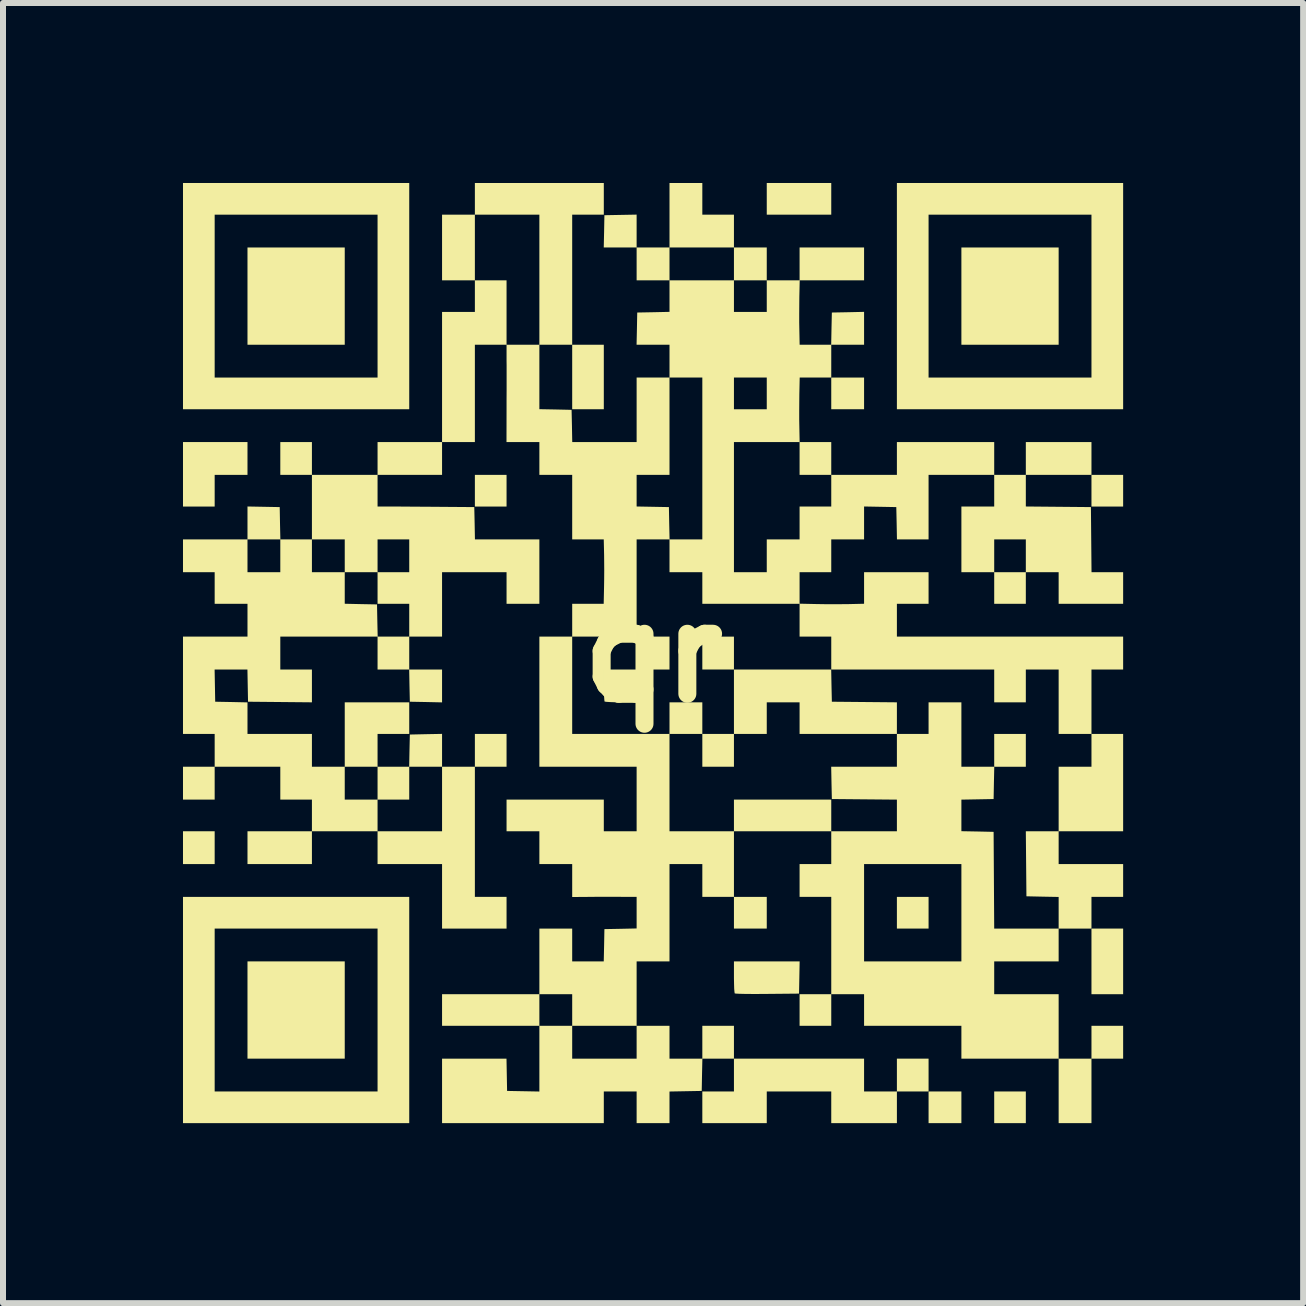
<source format=kicad_pcb>
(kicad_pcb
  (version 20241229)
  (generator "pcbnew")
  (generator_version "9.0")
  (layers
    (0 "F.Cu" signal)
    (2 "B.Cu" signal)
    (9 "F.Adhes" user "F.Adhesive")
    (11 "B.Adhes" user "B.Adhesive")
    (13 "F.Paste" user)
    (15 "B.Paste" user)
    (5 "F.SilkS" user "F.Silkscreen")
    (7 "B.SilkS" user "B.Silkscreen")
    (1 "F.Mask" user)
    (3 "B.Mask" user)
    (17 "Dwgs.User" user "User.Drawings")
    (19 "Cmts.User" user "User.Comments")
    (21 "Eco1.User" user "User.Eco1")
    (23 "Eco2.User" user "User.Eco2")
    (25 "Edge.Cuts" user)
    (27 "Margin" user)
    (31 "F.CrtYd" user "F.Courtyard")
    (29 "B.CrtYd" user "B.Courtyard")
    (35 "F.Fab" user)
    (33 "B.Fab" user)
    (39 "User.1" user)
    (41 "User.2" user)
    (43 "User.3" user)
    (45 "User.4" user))
  (footprint "qr"
    (layer "F.Cu")
    (at 7.835 7.835)
    (property "Reference" "qr" (at 0 0 0) (layer "F.SilkS") (effects (font (size 1.5 1.5) (thickness 0.3))))
    (attr board_only exclude_from_pos_files exclude_from_bom)
    (fp_poly (pts (xy -7.307 3.243) (xy -7.307 3.517) (xy -7.571 3.517) (xy -7.835 3.517) (xy -7.835 3.243) (xy -7.835 2.97) (xy -7.571 2.97) (xy -7.307 2.97)) (stroke (width 0) (type solid)) (fill yes) (layer "F.SilkS"))
    (fp_poly (pts (xy -5.139 -5.949) (xy -5.139 -5.139) (xy -5.949 -5.139) (xy -6.76 -5.139) (xy -6.76 -5.949) (xy -6.76 -6.76) (xy -5.949 -6.76) (xy -5.139 -6.76)) (stroke (width 0) (type solid)) (fill yes) (layer "F.SilkS"))
    (fp_poly (pts (xy -5.139 5.949) (xy -5.139 6.76) (xy -5.949 6.76) (xy -6.76 6.76) (xy -6.76 5.949) (xy -6.76 5.139) (xy -5.949 5.139) (xy -5.139 5.139)) (stroke (width 0) (type solid)) (fill yes) (layer "F.SilkS"))
    (fp_poly (pts (xy -2.442 -2.706) (xy -2.442 -2.442) (xy -2.706 -2.442) (xy -2.97 -2.442) (xy -2.97 -2.706) (xy -2.97 -2.97) (xy -2.706 -2.97) (xy -2.442 -2.97)) (stroke (width 0) (type solid)) (fill yes) (layer "F.SilkS"))
    (fp_poly (pts (xy -0.821 -4.601) (xy -0.821 -4.064) (xy -1.084 -4.064) (xy -1.348 -4.064) (xy -1.348 -4.601) (xy -1.348 -5.139) (xy -1.084 -5.139) (xy -0.821 -5.139)) (stroke (width 0) (type solid)) (fill yes) (layer "F.SilkS"))
    (fp_poly (pts (xy 1.348 0) (xy 1.348 0.274) (xy 1.084 0.274) (xy 0.821 0.274) (xy 0.821 0) (xy 0.821 -0.274) (xy 1.084 -0.274) (xy 1.348 -0.274)) (stroke (width 0) (type solid)) (fill yes) (layer "F.SilkS"))
    (fp_poly (pts (xy 1.895 4.328) (xy 1.895 4.592) (xy 1.622 4.592) (xy 1.348 4.592) (xy 1.348 4.328) (xy 1.348 4.064) (xy 1.622 4.064) (xy 1.895 4.064)) (stroke (width 0) (type solid)) (fill yes) (layer "F.SilkS"))
    (fp_poly (pts (xy 2.97 -7.571) (xy 2.97 -7.307) (xy 2.433 -7.307) (xy 1.895 -7.307) (xy 1.895 -7.571) (xy 1.895 -7.835) (xy 2.433 -7.835) (xy 2.97 -7.835)) (stroke (width 0) (type solid)) (fill yes) (layer "F.SilkS"))
    (fp_poly (pts (xy 3.517 -4.328) (xy 3.517 -4.064) (xy 3.243 -4.064) (xy 2.97 -4.064) (xy 2.97 -4.328) (xy 2.97 -4.592) (xy 3.243 -4.592) (xy 3.517 -4.592)) (stroke (width 0) (type solid)) (fill yes) (layer "F.SilkS"))
    (fp_poly (pts (xy 4.592 4.328) (xy 4.592 4.592) (xy 4.328 4.592) (xy 4.064 4.592) (xy 4.064 4.328) (xy 4.064 4.064) (xy 4.328 4.064) (xy 4.592 4.064)) (stroke (width 0) (type solid)) (fill yes) (layer "F.SilkS"))
    (fp_poly (pts (xy 5.139 7.571) (xy 5.139 7.835) (xy 4.865 7.835) (xy 4.592 7.835) (xy 4.592 7.571) (xy 4.592 7.307) (xy 4.865 7.307) (xy 5.139 7.307)) (stroke (width 0) (type solid)) (fill yes) (layer "F.SilkS"))
    (fp_poly (pts (xy 6.213 1.622) (xy 6.213 1.895) (xy 5.949 1.895) (xy 5.686 1.895) (xy 5.686 1.622) (xy 5.686 1.348) (xy 5.949 1.348) (xy 6.213 1.348)) (stroke (width 0) (type solid)) (fill yes) (layer "F.SilkS"))
    (fp_poly (pts (xy 6.213 7.571) (xy 6.213 7.835) (xy 5.949 7.835) (xy 5.686 7.835) (xy 5.686 7.571) (xy 5.686 7.307) (xy 5.949 7.307) (xy 6.213 7.307)) (stroke (width 0) (type solid)) (fill yes) (layer "F.SilkS"))
    (fp_poly (pts (xy 6.76 -5.949) (xy 6.76 -5.139) (xy 5.949 -5.139) (xy 5.139 -5.139) (xy 5.139 -5.949) (xy 5.139 -6.76) (xy 5.949 -6.76) (xy 6.76 -6.76)) (stroke (width 0) (type solid)) (fill yes) (layer "F.SilkS"))
    (fp_poly (pts (xy 7.835 -2.706) (xy 7.835 -2.442) (xy 7.571 -2.442) (xy 7.307 -2.442) (xy 7.307 -2.706) (xy 7.307 -2.97) (xy 7.571 -2.97) (xy 7.835 -2.97)) (stroke (width 0) (type solid)) (fill yes) (layer "F.SilkS"))
    (fp_poly (pts (xy 7.835 5.139) (xy 7.835 5.686) (xy 7.571 5.686) (xy 7.307 5.686) (xy 7.307 5.139) (xy 7.307 4.592) (xy 7.571 4.592) (xy 7.835 4.592)) (stroke (width 0) (type solid)) (fill yes) (layer "F.SilkS"))
    (fp_poly (pts (xy -6.76 -3.243) (xy -6.76 -2.97) (xy -7.034 -2.97) (xy -7.307 -2.97) (xy -7.307 -2.706) (xy -7.307 -2.442) (xy -7.571 -2.442) (xy -7.835 -2.442) (xy -7.835 -2.98) (xy -7.835 -3.517) (xy -7.298 -3.517) (xy -6.76 -3.517)) (stroke (width 0) (type solid)) (fill yes) (layer "F.SilkS"))
    (fp_poly (pts (xy -4.064 -5.949) (xy -4.064 -4.064) (xy -5.949 -4.064) (xy -7.835 -4.064) (xy -7.835 -5.949) (xy -7.307 -5.949) (xy -7.307 -4.592) (xy -5.949 -4.592) (xy -4.592 -4.592) (xy -4.592 -5.949) (xy -4.592 -7.307) (xy -5.949 -7.307) (xy -7.307 -7.307) (xy -7.307 -5.949) (xy -7.835 -5.949) (xy -7.835 -7.835) (xy -5.949 -7.835) (xy -4.064 -7.835)) (stroke (width 0) (type solid)) (fill yes) (layer "F.SilkS"))
    (fp_poly (pts (xy -4.064 5.949) (xy -4.064 7.835) (xy -5.949 7.835) (xy -7.835 7.835) (xy -7.835 5.949) (xy -7.307 5.949) (xy -7.307 7.307) (xy -5.949 7.307) (xy -4.592 7.307) (xy -4.592 5.949) (xy -4.592 4.592) (xy -5.949 4.592) (xy -7.307 4.592) (xy -7.307 5.949) (xy -7.835 5.949) (xy -7.835 4.064) (xy -5.949 4.064) (xy -4.064 4.064)) (stroke (width 0) (type solid)) (fill yes) (layer "F.SilkS"))
    (fp_poly (pts (xy 2.438 5.407) (xy 2.433 5.676) (xy 1.904 5.681) (xy 1.764 5.682) (xy 1.637 5.682) (xy 1.528 5.681) (xy 1.442 5.679) (xy 1.385 5.676) (xy 1.362 5.673) (xy 1.361 5.673) (xy 1.357 5.649) (xy 1.352 5.595) (xy 1.35 5.516) (xy 1.348 5.421) (xy 1.348 5.399) (xy 1.348 5.139) (xy 1.896 5.139) (xy 2.443 5.139)) (stroke (width 0) (type solid)) (fill yes) (layer "F.SilkS"))
    (fp_poly (pts (xy 7.835 -5.949) (xy 7.835 -4.064) (xy 5.949 -4.064) (xy 4.064 -4.064) (xy 4.064 -5.949) (xy 4.592 -5.949) (xy 4.592 -4.592) (xy 5.949 -4.592) (xy 7.307 -4.592) (xy 7.307 -5.949) (xy 7.307 -7.307) (xy 5.949 -7.307) (xy 4.592 -7.307) (xy 4.592 -5.949) (xy 4.064 -5.949) (xy 4.064 -7.835) (xy 5.949 -7.835) (xy 7.835 -7.835)) (stroke (width 0) (type solid)) (fill yes) (layer "F.SilkS"))
    (fp_poly (pts (xy 0.274 0) (xy 0.274 0.274) (xy 0 0.274) (xy -0.274 0.274) (xy -0.274 0.547) (xy -0.274 0.821) (xy -0.534 0.821) (xy -0.631 0.82) (xy -0.714 0.817) (xy -0.775 0.813) (xy -0.806 0.809) (xy -0.808 0.808) (xy -0.812 0.784) (xy -0.816 0.729) (xy -0.819 0.651) (xy -0.821 0.556) (xy -0.821 0.534) (xy -0.821 0.274) (xy -0.547 0.274) (xy -0.274 0.274) (xy -0.274 0) (xy -0.274 -0.274) (xy 0 -0.274) (xy 0.274 -0.274)) (stroke (width 0) (type solid)) (fill yes) (layer "F.SilkS"))
    (fp_poly (pts (xy 3.517 7.034) (xy 3.517 7.307) (xy 3.79 7.307) (xy 4.064 7.307) (xy 4.064 7.034) (xy 4.064 6.76) (xy 4.328 6.76) (xy 4.592 6.76) (xy 4.592 7.034) (xy 4.592 7.307) (xy 4.328 7.307) (xy 4.064 7.307) (xy 4.064 7.571) (xy 4.064 7.835) (xy 3.517 7.835) (xy 2.97 7.835) (xy 2.97 7.571) (xy 2.97 7.307) (xy 2.433 7.307) (xy 1.895 7.307) (xy 1.895 7.571) (xy 1.895 7.835) (xy 1.358 7.835) (xy 0.821 7.835) (xy 0.821 7.571) (xy 0.821 7.307) (xy 1.084 7.307) (xy 1.348 7.307) (xy 1.348 7.034) (xy 1.348 6.76) (xy 2.433 6.76) (xy 3.517 6.76)) (stroke (width 0) (type solid)) (fill yes) (layer "F.SilkS"))
    (fp_poly (pts (xy 2.974 0.542) (xy 2.98 0.811) (xy 3.522 0.816) (xy 4.064 0.821) (xy 4.064 1.085) (xy 4.064 1.348) (xy 3.253 1.348) (xy 2.442 1.348) (xy 2.442 1.084) (xy 2.442 0.821) (xy 2.169 0.821) (xy 1.895 0.821) (xy 1.895 1.084) (xy 1.895 1.348) (xy 1.622 1.348) (xy 1.348 1.348) (xy 1.348 1.622) (xy 1.348 1.895) (xy 1.084 1.895) (xy 0.821 1.895) (xy 0.821 1.622) (xy 0.821 1.348) (xy 0.547 1.348) (xy 0.274 1.348) (xy 0.274 1.084) (xy 0.274 0.821) (xy 0.547 0.821) (xy 0.821 0.821) (xy 0.821 1.084) (xy 0.821 1.348) (xy 1.084 1.348) (xy 1.348 1.348) (xy 1.348 0.811) (xy 1.348 0.274) (xy 2.158 0.274) (xy 2.969 0.274)) (stroke (width 0) (type solid)) (fill yes) (layer "F.SilkS"))
    (fp_poly (pts (xy -0.821 -7.571) (xy -0.821 -7.307) (xy -1.084 -7.307) (xy -1.348 -7.307) (xy -1.348 -6.223) (xy -1.348 -5.139) (xy -1.622 -5.139) (xy -1.895 -5.139) (xy -1.895 -4.602) (xy -1.895 -4.065) (xy -1.627 -4.06) (xy -1.358 -4.054) (xy -1.352 -3.786) (xy -1.347 -3.517) (xy -0.81 -3.517) (xy -0.274 -3.517) (xy -0.274 -4.054) (xy -0.274 -4.592) (xy 0 -4.592) (xy 0.274 -4.592) (xy 0.274 -4.865) (xy 0.274 -5.139) (xy -0.001 -5.139) (xy -0.275 -5.139) (xy -0.269 -5.407) (xy -0.264 -5.676) (xy 0.005 -5.681) (xy 0.274 -5.687) (xy 0.274 -5.949) (xy 1.348 -5.949) (xy 1.348 -5.686) (xy 1.622 -5.686) (xy 1.895 -5.686) (xy 1.895 -5.949) (xy 1.895 -6.213) (xy 1.622 -6.213) (xy 1.348 -6.213) (xy 1.348 -5.949) (xy 0.274 -5.949) (xy 0.274 -5.95) (xy 0.274 -6.213) (xy 0 -6.213) (xy -0.274 -6.213) (xy -0.274 -6.487) (xy -0.274 -6.76) (xy -0.548 -6.76) (xy -0.822 -6.76) (xy -0.816 -7.029) (xy -0.811 -7.298) (xy -0.542 -7.303) (xy -0.274 -7.308) (xy -0.274 -7.034) (xy -0.274 -6.76) (xy 0 -6.76) (xy 0.274 -6.76) (xy 0.274 -7.298) (xy 0.274 -7.835) (xy 0.547 -7.835) (xy 0.821 -7.835) (xy 0.821 -7.571) (xy 0.821 -7.307) (xy 1.084 -7.307) (xy 1.348 -7.307) (xy 1.348 -7.034) (xy 1.348 -6.76) (xy 0.811 -6.76) (xy 0.274 -6.76) (xy 0.274 -6.487) (xy 0.274 -6.213) (xy 0.811 -6.213) (xy 1.348 -6.213) (xy 1.348 -6.487) (xy 1.348 -6.76) (xy 1.622 -6.76) (xy 1.895 -6.76) (xy 1.895 -6.487) (xy 1.895 -6.213) (xy 2.169 -6.213) (xy 2.442 -6.213) (xy 2.442 -6.487) (xy 2.442 -6.76) (xy 2.98 -6.76) (xy 3.517 -6.76) (xy 3.517 -6.487) (xy 3.517 -6.213) (xy 2.981 -6.213) (xy 2.444 -6.213) (xy 2.438 -5.935) (xy 2.437 -5.803) (xy 2.436 -5.655) (xy 2.436 -5.51) (xy 2.438 -5.397) (xy 2.443 -5.139) (xy 2.706 -5.139) (xy 2.969 -5.139) (xy 2.974 -5.407) (xy 2.98 -5.676) (xy 3.248 -5.681) (xy 3.517 -5.687) (xy 3.517 -5.413) (xy 3.517 -5.139) (xy 3.243 -5.139) (xy 2.97 -5.139) (xy 2.97 -4.865) (xy 2.97 -4.592) (xy 2.707 -4.592) (xy 2.444 -4.592) (xy 2.438 -4.313) (xy 2.437 -4.181) (xy 2.436 -4.034) (xy 2.436 -3.889) (xy 2.438 -3.776) (xy 2.443 -3.517) (xy 2.707 -3.517) (xy 2.97 -3.517) (xy 2.97 -3.243) (xy 2.97 -2.97) (xy 3.517 -2.97) (xy 4.064 -2.97) (xy 4.064 -3.243) (xy 4.064 -3.517) (xy 4.875 -3.517) (xy 5.686 -3.517) (xy 5.686 -3.243) (xy 5.686 -2.97) (xy 5.949 -2.97) (xy 6.213 -2.97) (xy 6.213 -3.243) (xy 6.213 -3.517) (xy 6.76 -3.517) (xy 7.307 -3.517) (xy 7.307 -3.243) (xy 7.307 -2.97) (xy 6.76 -2.97) (xy 6.213 -2.97) (xy 6.213 -2.706) (xy 6.213 -2.443) (xy 6.755 -2.438) (xy 7.298 -2.433) (xy 7.303 -1.89) (xy 7.308 -1.348) (xy 7.571 -1.348) (xy 7.835 -1.348) (xy 7.835 -1.084) (xy 7.835 -0.821) (xy 7.298 -0.821) (xy 6.76 -0.821) (xy 6.76 -1.084) (xy 6.76 -1.348) (xy 6.487 -1.348) (xy 6.213 -1.348) (xy 6.213 -1.084) (xy 6.213 -0.821) (xy 5.949 -0.821) (xy 5.686 -0.821) (xy 5.686 -1.084) (xy 5.686 -1.348) (xy 5.412 -1.348) (xy 5.139 -1.348) (xy 5.139 -1.622) (xy 5.686 -1.622) (xy 5.686 -1.348) (xy 5.949 -1.348) (xy 6.213 -1.348) (xy 6.213 -1.622) (xy 6.213 -1.895) (xy 5.949 -1.895) (xy 5.686 -1.895) (xy 5.686 -1.622) (xy 5.139 -1.622) (xy 5.139 -1.895) (xy 5.139 -2.442) (xy 5.412 -2.442) (xy 5.686 -2.442) (xy 5.686 -2.706) (xy 5.686 -2.97) (xy 5.139 -2.97) (xy 4.592 -2.97) (xy 4.592 -2.433) (xy 4.592 -1.895) (xy 4.328 -1.895) (xy 4.065 -1.895) (xy 4.06 -2.164) (xy 4.054 -2.433) (xy 3.786 -2.438) (xy 3.517 -2.443) (xy 3.517 -2.169) (xy 3.517 -1.895) (xy 3.243 -1.895) (xy 2.97 -1.895) (xy 2.97 -1.622) (xy 2.97 -1.348) (xy 2.706 -1.348) (xy 2.442 -1.348) (xy 2.442 -1.085) (xy 2.442 -0.823) (xy 2.721 -0.817) (xy 2.853 -0.815) (xy 3 -0.814) (xy 3.145 -0.815) (xy 3.258 -0.816) (xy 3.517 -0.822) (xy 3.517 -1.085) (xy 3.517 -1.348) (xy 4.054 -1.348) (xy 4.592 -1.348) (xy 4.592 -1.084) (xy 4.592 -0.821) (xy 4.328 -0.821) (xy 4.064 -0.821) (xy 4.064 -0.547) (xy 4.064 -0.274) (xy 5.949 -0.274) (xy 7.835 -0.274) (xy 7.835 0) (xy 7.835 0.274) (xy 7.571 0.274) (xy 7.307 0.274) (xy 7.307 0.811) (xy 7.307 1.348) (xy 7.034 1.348) (xy 6.76 1.348) (xy 6.76 0.811) (xy 6.76 0.274) (xy 6.487 0.274) (xy 6.213 0.274) (xy 6.213 0.547) (xy 6.213 0.821) (xy 5.949 0.821) (xy 5.686 0.821) (xy 5.686 0.547) (xy 5.686 0.274) (xy 4.328 0.274) (xy 2.97 0.274) (xy 2.97 0) (xy 2.97 -0.274) (xy 2.706 -0.274) (xy 2.442 -0.274) (xy 2.442 -0.547) (xy 2.442 -0.821) (xy 1.631 -0.821) (xy 0.821 -0.821) (xy 0.821 -1.084) (xy 0.821 -1.348) (xy 0.547 -1.348) (xy 0.274 -1.348) (xy 0.274 -1.622) (xy 0.274 -1.895) (xy 0.001 -1.895) (xy -0.274 -1.895) (xy -0.274 -1.084) (xy -0.274 -0.274) (xy -0.811 -0.274) (xy -1.348 -0.274) (xy -1.348 0.537) (xy -1.348 1.348) (xy -0.537 1.348) (xy 0.274 1.348) (xy 0.274 2.159) (xy 0.274 2.97) (xy 0.811 2.97) (xy 1.348 2.97) (xy 1.348 2.706) (xy 1.348 2.442) (xy 2.159 2.442) (xy 2.97 2.442) (xy 2.97 2.706) (xy 2.97 2.97) (xy 3.517 2.97) (xy 4.064 2.97) (xy 4.064 2.706) (xy 4.064 2.443) (xy 3.522 2.438) (xy 2.98 2.433) (xy 2.974 2.164) (xy 2.969 1.895) (xy 3.516 1.895) (xy 4.064 1.895) (xy 4.064 1.622) (xy 4.064 1.348) (xy 4.328 1.348) (xy 4.592 1.348) (xy 4.592 1.084) (xy 4.592 0.821) (xy 4.865 0.821) (xy 5.139 0.821) (xy 5.139 1.358) (xy 5.139 1.895) (xy 5.413 1.895) (xy 5.687 1.895) (xy 5.681 2.164) (xy 5.676 2.433) (xy 5.407 2.438) (xy 5.139 2.443) (xy 5.139 2.706) (xy 5.139 2.969) (xy 5.407 2.974) (xy 5.676 2.98) (xy 5.681 3.786) (xy 5.686 4.592) (xy 6.223 4.592) (xy 6.76 4.592) (xy 6.76 4.328) (xy 6.76 4.065) (xy 6.492 4.06) (xy 6.223 4.054) (xy 6.218 3.512) (xy 6.213 2.97) (xy 6.486 2.97) (xy 6.76 2.97) (xy 6.76 2.433) (xy 6.76 1.895) (xy 7.034 1.895) (xy 7.307 1.895) (xy 7.307 1.622) (xy 7.307 1.348) (xy 7.571 1.348) (xy 7.835 1.348) (xy 7.835 2.159) (xy 7.835 2.97) (xy 7.298 2.97) (xy 6.76 2.97) (xy 6.76 3.243) (xy 6.76 3.517) (xy 7.298 3.517) (xy 7.835 3.517) (xy 7.835 3.79) (xy 7.835 4.064) (xy 7.571 4.064) (xy 7.307 4.064) (xy 7.307 4.328) (xy 7.307 4.592) (xy 7.034 4.592) (xy 6.76 4.592) (xy 6.76 4.865) (xy 6.76 5.139) (xy 6.223 5.139) (xy 5.686 5.139) (xy 5.686 5.412) (xy 5.686 5.686) (xy 6.223 5.686) (xy 6.76 5.686) (xy 6.76 6.223) (xy 6.76 6.76) (xy 7.034 6.76) (xy 7.307 6.76) (xy 7.307 6.487) (xy 7.307 6.213) (xy 7.571 6.213) (xy 7.835 6.213) (xy 7.835 6.487) (xy 7.835 6.76) (xy 7.571 6.76) (xy 7.307 6.76) (xy 7.307 7.298) (xy 7.307 7.835) (xy 7.034 7.835) (xy 6.76 7.835) (xy 6.76 7.298) (xy 6.76 6.76) (xy 5.949 6.76) (xy 5.139 6.76) (xy 5.139 6.487) (xy 5.139 6.213) (xy 4.328 6.213) (xy 3.517 6.213) (xy 3.517 5.949) (xy 3.517 5.686) (xy 3.243 5.686) (xy 2.97 5.686) (xy 2.97 5.949) (xy 2.97 6.213) (xy 2.706 6.213) (xy 2.442 6.213) (xy 2.442 5.949) (xy 2.442 5.686) (xy 2.706 5.686) (xy 2.97 5.686) (xy 2.97 4.875) (xy 2.97 4.328) (xy 3.517 4.328) (xy 3.517 5.139) (xy 4.328 5.139) (xy 5.139 5.139) (xy 5.139 4.328) (xy 5.139 3.517) (xy 4.328 3.517) (xy 3.517 3.517) (xy 3.517 4.328) (xy 2.97 4.328) (xy 2.97 4.064) (xy 2.706 4.064) (xy 2.442 4.064) (xy 2.442 3.79) (xy 2.442 3.517) (xy 2.706 3.517) (xy 2.97 3.517) (xy 2.97 3.243) (xy 2.97 2.97) (xy 2.159 2.97) (xy 1.348 2.97) (xy 1.348 3.517) (xy 1.348 4.064) (xy 1.084 4.064) (xy 0.821 4.064) (xy 0.821 3.79) (xy 0.821 3.517) (xy 0.547 3.517) (xy 0.274 3.517) (xy 0.274 4.328) (xy 0.274 5.139) (xy 0 5.139) (xy -0.274 5.139) (xy -0.274 5.676) (xy -0.274 6.213) (xy -0.811 6.213) (xy -1.348 6.213) (xy -1.348 6.487) (xy -1.348 6.76) (xy -0.811 6.76) (xy -0.274 6.76) (xy -0.274 6.487) (xy -0.274 6.213) (xy 0 6.213) (xy 0.274 6.213) (xy 0.274 6.487) (xy 0.274 6.76) (xy 0.547 6.76) (xy 0.821 6.76) (xy 0.821 6.487) (xy 0.821 6.213) (xy 1.084 6.213) (xy 1.348 6.213) (xy 1.348 6.487) (xy 1.348 6.76) (xy 1.085 6.76) (xy 0.822 6.76) (xy 0.816 7.029) (xy 0.811 7.298) (xy 0.542 7.303) (xy 0.274 7.308) (xy 0.274 7.572) (xy 0.274 7.835) (xy 0 7.835) (xy -0.274 7.835) (xy -0.274 7.571) (xy -0.274 7.307) (xy -0.547 7.307) (xy -0.821 7.307) (xy -0.821 7.571) (xy -0.821 7.835) (xy -2.169 7.835) (xy -3.517 7.835) (xy -3.517 7.298) (xy -3.517 6.76) (xy -2.98 6.76) (xy -2.443 6.76) (xy -2.438 7.029) (xy -2.433 7.298) (xy -2.164 7.303) (xy -1.895 7.308) (xy -1.895 6.761) (xy -1.895 6.213) (xy -2.706 6.213) (xy -3.517 6.213) (xy -3.517 5.949) (xy -1.895 5.949) (xy -1.895 6.213) (xy -1.622 6.213) (xy -1.348 6.213) (xy -1.348 5.949) (xy -1.348 5.686) (xy -1.622 5.686) (xy -1.895 5.686) (xy -1.895 5.949) (xy -3.517 5.949) (xy -3.517 5.686) (xy -2.706 5.686) (xy -1.895 5.686) (xy -1.895 5.139) (xy -1.895 4.592) (xy -1.622 4.592) (xy -1.348 4.592) (xy -1.348 4.865) (xy -1.348 5.139) (xy -1.085 5.139) (xy -0.822 5.139) (xy -0.816 4.87) (xy -0.811 4.601) (xy -0.542 4.596) (xy -0.274 4.59) (xy -0.274 4.327) (xy -0.274 4.064) (xy -0.542 4.063) (xy -0.675 4.063) (xy -0.826 4.063) (xy -0.975 4.063) (xy -1.079 4.064) (xy -1.348 4.066) (xy -1.348 3.791) (xy -1.348 3.517) (xy -1.622 3.517) (xy -1.895 3.517) (xy -1.895 3.243) (xy -1.895 2.97) (xy -2.169 2.97) (xy -2.442 2.97) (xy -2.442 2.706) (xy -2.442 2.442) (xy -1.631 2.442) (xy -0.821 2.442) (xy -0.821 2.706) (xy -0.821 2.97) (xy -0.547 2.97) (xy -0.274 2.97) (xy -0.274 2.433) (xy -0.274 1.895) (xy -1.084 1.895) (xy -1.895 1.895) (xy -1.895 0.811) (xy -1.895 -0.274) (xy -1.622 -0.274) (xy -1.348 -0.274) (xy -1.348 -0.547) (xy -1.348 -0.821) (xy -1.085 -0.821) (xy -0.823 -0.821) (xy -0.817 -1.099) (xy -0.815 -1.231) (xy -0.814 -1.379) (xy -0.815 -1.523) (xy -0.816 -1.636) (xy -0.822 -1.895) (xy -1.085 -1.895) (xy -1.348 -1.895) (xy -1.348 -2.433) (xy -1.348 -2.97) (xy -0.274 -2.97) (xy -0.274 -2.707) (xy -0.274 -2.443) (xy -0.005 -2.438) (xy 0.264 -2.433) (xy 0.269 -2.164) (xy 0.275 -1.895) (xy 0.547 -1.895) (xy 0.821 -1.895) (xy 0.821 -2.433) (xy 1.348 -2.433) (xy 1.348 -1.348) (xy 1.622 -1.348) (xy 1.895 -1.348) (xy 1.895 -1.622) (xy 1.895 -1.895) (xy 2.169 -1.895) (xy 2.442 -1.895) (xy 2.442 -2.169) (xy 2.442 -2.442) (xy 2.706 -2.442) (xy 2.97 -2.442) (xy 2.97 -2.706) (xy 2.97 -2.97) (xy 2.706 -2.97) (xy 2.442 -2.97) (xy 2.442 -3.243) (xy 2.442 -3.517) (xy 1.895 -3.517) (xy 1.348 -3.517) (xy 1.348 -2.433) (xy 0.821 -2.433) (xy 0.821 -3.243) (xy 0.821 -4.328) (xy 1.348 -4.328) (xy 1.348 -4.064) (xy 1.622 -4.064) (xy 1.895 -4.064) (xy 1.895 -4.328) (xy 1.895 -4.592) (xy 1.622 -4.592) (xy 1.348 -4.592) (xy 1.348 -4.328) (xy 0.821 -4.328) (xy 0.821 -4.592) (xy 0.547 -4.592) (xy 0.274 -4.592) (xy 0.274 -3.781) (xy 0.274 -2.97) (xy 0 -2.97) (xy -0.274 -2.97) (xy -1.348 -2.97) (xy -1.622 -2.97) (xy -1.895 -2.97) (xy -1.895 -3.243) (xy -1.895 -3.517) (xy -2.169 -3.517) (xy -2.443 -3.517) (xy -2.442 -4.059) (xy -2.442 -4.219) (xy -2.441 -4.381) (xy -2.441 -4.538) (xy -2.441 -4.681) (xy -2.441 -4.8) (xy -2.442 -4.87) (xy -2.442 -5.139) (xy -2.706 -5.139) (xy -2.97 -5.139) (xy -2.97 -4.328) (xy -2.97 -3.517) (xy -3.243 -3.517) (xy -3.517 -3.517) (xy -3.517 -3.243) (xy -3.517 -2.97) (xy -4.054 -2.97) (xy -4.592 -2.97) (xy -4.592 -2.706) (xy -4.592 -2.442) (xy -4.323 -2.442) (xy -4.228 -2.442) (xy -4.102 -2.441) (xy -3.956 -2.44) (xy -3.797 -2.439) (xy -3.635 -2.438) (xy -3.517 -2.437) (xy -2.98 -2.433) (xy -2.974 -2.164) (xy -2.969 -1.895) (xy -2.432 -1.895) (xy -1.895 -1.895) (xy -1.895 -1.358) (xy -1.895 -0.821) (xy -2.169 -0.821) (xy -2.442 -0.821) (xy -2.442 -1.084) (xy -2.442 -1.348) (xy -2.98 -1.348) (xy -3.517 -1.348) (xy -3.517 -0.811) (xy -3.517 -0.274) (xy -3.79 -0.274) (xy -4.064 -0.274) (xy -4.064 0) (xy -4.064 0.274) (xy -3.79 0.274) (xy -3.517 0.274) (xy -3.517 0.548) (xy -3.517 0.822) (xy -3.786 0.816) (xy -4.054 0.811) (xy -4.06 0.542) (xy -4.065 0.274) (xy -4.328 0.274) (xy -4.592 0.274) (xy -4.592 0) (xy -4.592 -0.274) (xy -5.402 -0.274) (xy -6.213 -0.274) (xy -6.213 0) (xy -6.213 0.274) (xy -5.949 0.274) (xy -5.686 0.274) (xy -5.686 0.547) (xy -5.686 0.821) (xy -6.218 0.816) (xy -6.751 0.811) (xy -6.756 0.542) (xy -6.761 0.274) (xy -7.035 0.274) (xy -7.308 0.274) (xy -7.303 0.542) (xy -7.298 0.811) (xy -7.029 0.816) (xy -6.76 0.822) (xy -6.76 1.085) (xy -6.76 1.348) (xy -6.223 1.348) (xy -5.686 1.348) (xy -5.686 1.622) (xy -5.686 1.895) (xy -5.412 1.895) (xy -5.139 1.895) (xy -5.139 1.358) (xy -5.139 0.821) (xy -4.601 0.821) (xy -4.064 0.821) (xy -4.064 1.084) (xy -4.064 1.348) (xy -4.328 1.348) (xy -4.592 1.348) (xy -4.592 1.622) (xy -4.592 1.895) (xy -4.328 1.895) (xy -4.065 1.895) (xy -4.06 1.627) (xy -4.054 1.358) (xy -3.786 1.352) (xy -3.517 1.347) (xy -3.517 1.621) (xy -3.517 1.895) (xy -3.243 1.895) (xy -2.97 1.895) (xy -2.97 1.622) (xy -2.97 1.348) (xy -2.706 1.348) (xy -2.442 1.348) (xy -2.442 1.622) (xy -2.442 1.895) (xy -2.706 1.895) (xy -2.97 1.895) (xy -2.97 2.98) (xy -2.97 4.064) (xy -2.706 4.064) (xy -2.442 4.064) (xy -2.442 4.328) (xy -2.442 4.592) (xy -2.98 4.592) (xy -3.517 4.592) (xy -3.517 4.054) (xy -3.517 3.517) (xy -4.054 3.517) (xy -4.592 3.517) (xy -4.592 3.243) (xy -4.592 2.97) (xy -5.139 2.97) (xy -5.686 2.97) (xy -5.686 3.243) (xy -5.686 3.517) (xy -6.223 3.517) (xy -6.76 3.517) (xy -6.76 3.243) (xy -6.76 2.97) (xy -6.223 2.97) (xy -5.686 2.97) (xy -5.686 2.706) (xy -5.686 2.442) (xy -5.949 2.442) (xy -6.213 2.442) (xy -6.213 2.169) (xy -5.139 2.169) (xy -5.139 2.442) (xy -4.865 2.442) (xy -4.592 2.442) (xy -4.592 2.706) (xy -4.592 2.97) (xy -4.054 2.97) (xy -3.517 2.97) (xy -3.517 2.433) (xy -3.517 1.895) (xy -3.79 1.895) (xy -4.064 1.895) (xy -4.064 2.169) (xy -4.064 2.442) (xy -4.328 2.442) (xy -4.592 2.442) (xy -4.592 2.169) (xy -4.592 1.895) (xy -4.865 1.895) (xy -5.139 1.895) (xy -5.139 2.169) (xy -6.213 2.169) (xy -6.213 1.895) (xy -6.76 1.895) (xy -7.307 1.895) (xy -7.307 2.169) (xy -7.307 2.442) (xy -7.571 2.442) (xy -7.835 2.442) (xy -7.835 2.169) (xy -7.835 1.895) (xy -7.571 1.895) (xy -7.307 1.895) (xy -7.307 1.622) (xy -7.307 1.348) (xy -7.571 1.348) (xy -7.835 1.348) (xy -7.835 0.537) (xy -7.835 -0.274) (xy -7.298 -0.274) (xy -6.76 -0.274) (xy -6.76 -0.547) (xy -6.76 -0.821) (xy -7.034 -0.821) (xy -7.307 -0.821) (xy -7.307 -1.084) (xy -7.307 -1.348) (xy -7.571 -1.348) (xy -7.835 -1.348) (xy -7.835 -1.622) (xy -6.76 -1.622) (xy -6.76 -1.348) (xy -6.487 -1.348) (xy -6.213 -1.348) (xy -6.213 -1.622) (xy -5.686 -1.622) (xy -5.686 -1.348) (xy -5.412 -1.348) (xy -5.139 -1.348) (xy -5.139 -1.085) (xy -5.139 -0.822) (xy -4.87 -0.816) (xy -4.601 -0.811) (xy -4.596 -0.542) (xy -4.59 -0.274) (xy -4.327 -0.274) (xy -4.064 -0.274) (xy -4.064 -0.547) (xy -4.064 -0.821) (xy -4.328 -0.821) (xy -4.592 -0.821) (xy -4.592 -1.084) (xy -4.592 -1.348) (xy -4.328 -1.348) (xy -4.064 -1.348) (xy -4.064 -1.622) (xy -4.064 -1.895) (xy -4.328 -1.895) (xy -4.592 -1.895) (xy -4.592 -1.622) (xy -4.592 -1.348) (xy -4.865 -1.348) (xy -5.139 -1.348) (xy -5.139 -1.622) (xy -5.139 -1.895) (xy -5.412 -1.895) (xy -5.686 -1.895) (xy -5.686 -1.622) (xy -6.213 -1.622) (xy -6.213 -1.895) (xy -6.487 -1.895) (xy -6.76 -1.895) (xy -6.76 -1.622) (xy -7.835 -1.622) (xy -7.835 -1.895) (xy -7.298 -1.895) (xy -6.76 -1.895) (xy -6.76 -2.169) (xy -6.76 -2.443) (xy -6.492 -2.438) (xy -6.223 -2.433) (xy -6.218 -2.164) (xy -6.212 -1.895) (xy -5.949 -1.895) (xy -5.686 -1.895) (xy -5.686 -2.433) (xy -5.686 -2.97) (xy -5.949 -2.97) (xy -6.213 -2.97) (xy -6.213 -3.243) (xy -6.213 -3.517) (xy -5.949 -3.517) (xy -5.686 -3.517) (xy -5.686 -3.243) (xy -5.686 -2.97) (xy -5.139 -2.97) (xy -4.592 -2.97) (xy -4.592 -3.243) (xy -4.592 -3.517) (xy -4.054 -3.517) (xy -3.517 -3.517) (xy -3.517 -4.601) (xy -3.517 -5.686) (xy -3.243 -5.686) (xy -2.97 -5.686) (xy -2.97 -5.949) (xy -2.97 -6.213) (xy -2.706 -6.213) (xy -2.442 -6.213) (xy -2.442 -5.676) (xy -2.442 -5.139) (xy -2.169 -5.139) (xy -1.895 -5.139) (xy -1.895 -6.223) (xy -1.895 -7.307) (xy -2.433 -7.307) (xy -2.97 -7.307) (xy -2.97 -6.76) (xy -2.97 -6.213) (xy -3.243 -6.213) (xy -3.517 -6.213) (xy -3.517 -6.76) (xy -3.517 -7.307) (xy -3.243 -7.307) (xy -2.97 -7.307) (xy -2.97 -7.571) (xy -2.97 -7.835) (xy -1.895 -7.835) (xy -0.821 -7.835)) (stroke (width 0) (type solid)) (fill yes) (layer "F.SilkS")))
  (gr_rect
    (start -3 -3)
    (end 18.67 18.67)
    (stroke (width 0.1) (type default))
    (fill no)
    (layer "Edge.Cuts")))
</source>
